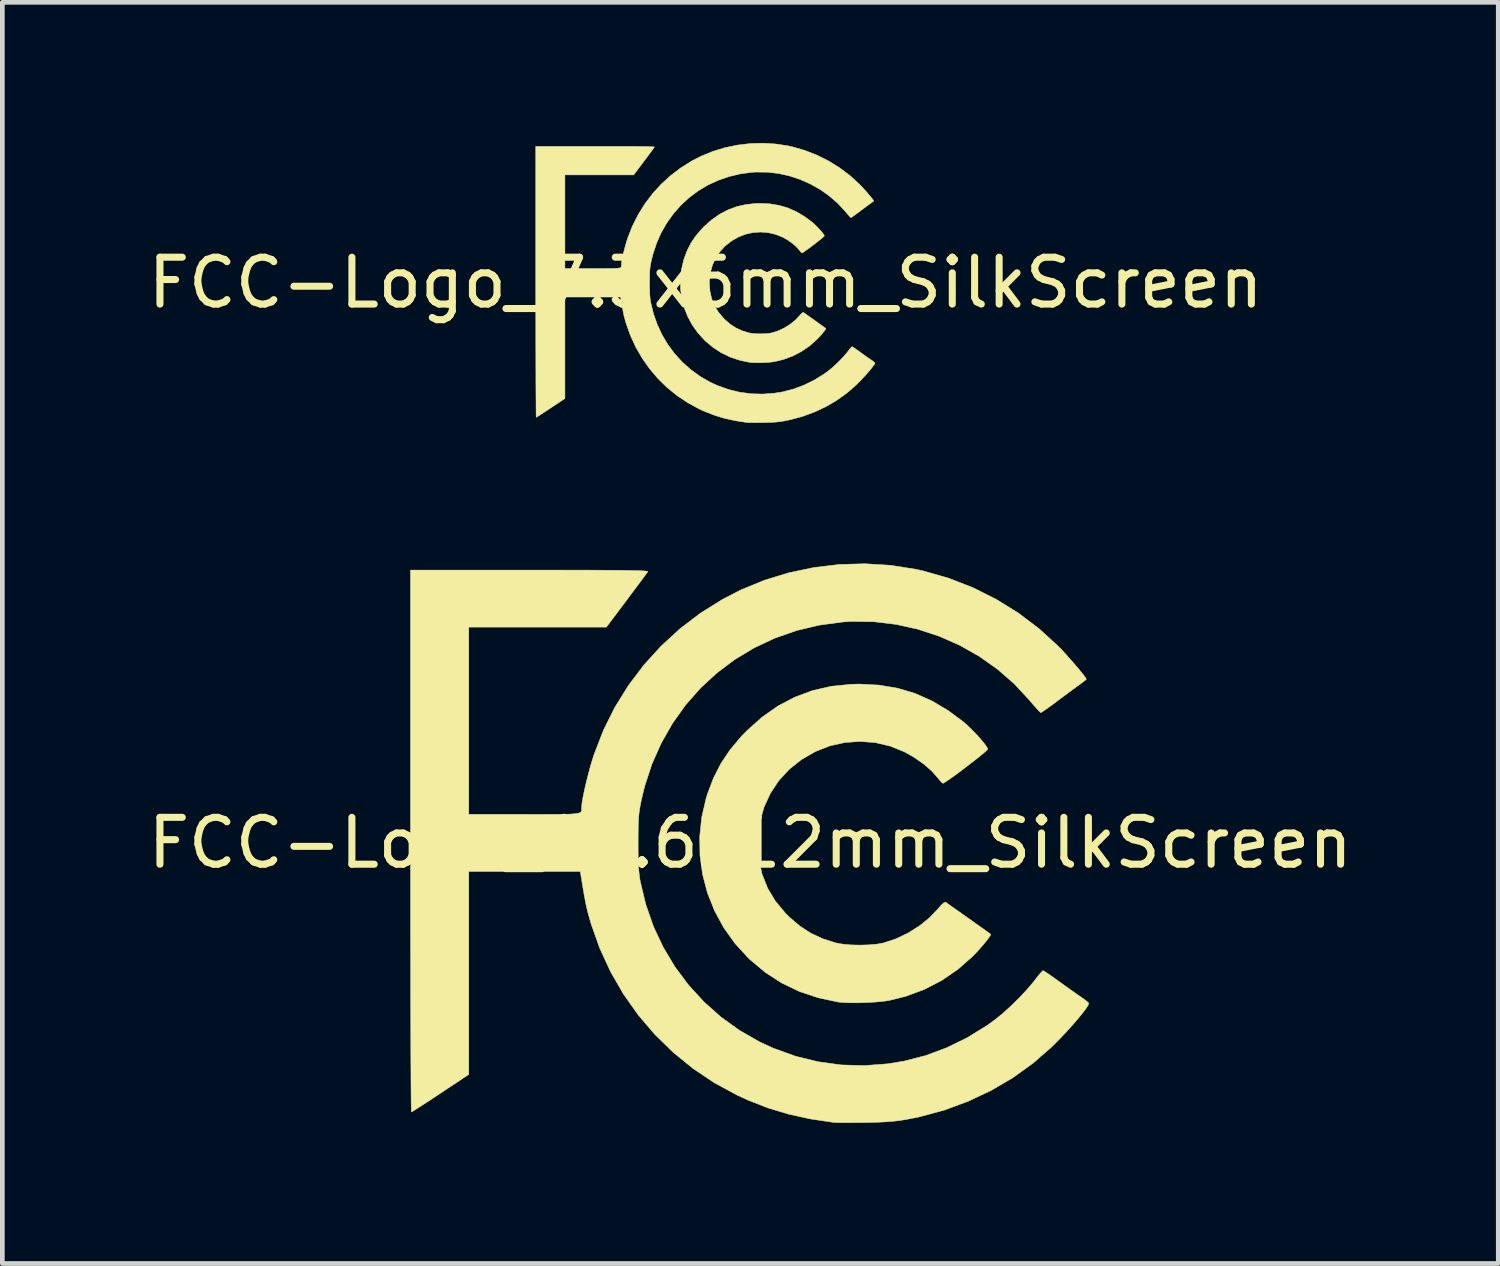
<source format=kicad_pcb>
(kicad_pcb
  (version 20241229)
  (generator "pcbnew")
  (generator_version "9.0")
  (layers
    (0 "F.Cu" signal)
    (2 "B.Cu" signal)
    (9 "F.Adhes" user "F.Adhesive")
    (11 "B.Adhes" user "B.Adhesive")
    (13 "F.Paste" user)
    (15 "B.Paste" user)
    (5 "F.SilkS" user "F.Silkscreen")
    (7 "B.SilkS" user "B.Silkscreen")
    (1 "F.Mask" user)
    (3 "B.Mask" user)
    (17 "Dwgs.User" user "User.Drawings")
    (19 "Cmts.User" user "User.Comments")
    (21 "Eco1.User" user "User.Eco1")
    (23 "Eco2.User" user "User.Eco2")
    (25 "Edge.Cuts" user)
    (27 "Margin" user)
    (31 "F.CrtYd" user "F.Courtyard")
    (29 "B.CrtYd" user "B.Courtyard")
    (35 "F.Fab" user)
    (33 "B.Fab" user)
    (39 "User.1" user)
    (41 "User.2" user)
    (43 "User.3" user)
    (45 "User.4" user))
  (footprint "FCC-Logo_7.3x6mm_SilkScreen"
    (layer "F.Cu")
    (at 12.006 2.983)
    (property "Reference" "FCC-Logo_7.3x6mm_SilkScreen" (at 0 0 0) (layer "F.SilkS") (effects (font (size 1 1) (thickness 0.15))))
    (attr exclude_from_pos_files exclude_from_bom allow_missing_courtyard)
    (fp_poly (pts (xy 1.372 -1.684) (xy 1.569 -1.651) (xy 1.755 -1.596) (xy 1.935 -1.516) (xy 2.11 -1.412) (xy 2.265 -1.298) (xy 2.312 -1.257) (xy 2.362 -1.209) (xy 2.412 -1.158) (xy 2.458 -1.107) (xy 2.496 -1.061) (xy 2.522 -1.024) (xy 2.533 -1.001) (xy 2.533 -1) (xy 2.523 -0.988) (xy 2.495 -0.963) (xy 2.454 -0.928) (xy 2.401 -0.887) (xy 2.343 -0.841) (xy 2.281 -0.794) (xy 2.22 -0.748) (xy 2.163 -0.707) (xy 2.115 -0.672) (xy 2.079 -0.648) (xy 2.058 -0.636) (xy 2.055 -0.635) (xy 2.042 -0.645) (xy 2.019 -0.67) (xy 2.004 -0.69) (xy 1.936 -0.767) (xy 1.848 -0.843) (xy 1.745 -0.915) (xy 1.646 -0.971) (xy 1.494 -1.032) (xy 1.335 -1.069) (xy 1.173 -1.082) (xy 1.01 -1.071) (xy 0.85 -1.035) (xy 0.697 -0.976) (xy 0.695 -0.975) (xy 0.546 -0.888) (xy 0.415 -0.784) (xy 0.304 -0.664) (xy 0.214 -0.529) (xy 0.146 -0.381) (xy 0.102 -0.222) (xy 0.081 -0.054) (xy 0.079 0.004) (xy 0.091 0.175) (xy 0.126 0.335) (xy 0.185 0.483) (xy 0.268 0.622) (xy 0.376 0.751) (xy 0.42 0.795) (xy 0.532 0.89) (xy 0.648 0.964) (xy 0.775 1.023) (xy 0.914 1.067) (xy 0.985 1.08) (xy 1.072 1.088) (xy 1.169 1.09) (xy 1.265 1.087) (xy 1.354 1.079) (xy 1.421 1.067) (xy 1.552 1.024) (xy 1.683 0.961) (xy 1.807 0.883) (xy 1.917 0.794) (xy 1.999 0.707) (xy 2.036 0.665) (xy 2.065 0.639) (xy 2.082 0.632) (xy 2.083 0.632) (xy 2.096 0.641) (xy 2.128 0.663) (xy 2.173 0.695) (xy 2.228 0.734) (xy 2.289 0.777) (xy 2.352 0.822) (xy 2.413 0.866) (xy 2.469 0.906) (xy 2.516 0.939) (xy 2.549 0.962) (xy 2.565 0.974) (xy 2.565 0.974) (xy 2.561 0.987) (xy 2.543 1.015) (xy 2.513 1.053) (xy 2.475 1.099) (xy 2.432 1.147) (xy 2.388 1.194) (xy 2.373 1.209) (xy 2.216 1.349) (xy 2.043 1.467) (xy 1.856 1.564) (xy 1.657 1.637) (xy 1.478 1.681) (xy 1.414 1.691) (xy 1.333 1.698) (xy 1.242 1.703) (xy 1.149 1.706) (xy 1.061 1.706) (xy 0.986 1.703) (xy 0.939 1.698) (xy 0.724 1.653) (xy 0.523 1.585) (xy 0.335 1.495) (xy 0.16 1.381) (xy -0.003 1.245) (xy -0.022 1.227) (xy -0.164 1.072) (xy -0.284 0.903) (xy -0.382 0.723) (xy -0.457 0.534) (xy -0.508 0.338) (xy -0.536 0.136) (xy -0.54 -0.068) (xy -0.518 -0.273) (xy -0.471 -0.476) (xy -0.457 -0.522) (xy -0.392 -0.693) (xy -0.313 -0.848) (xy -0.216 -0.992) (xy -0.098 -1.132) (xy -0.035 -1.198) (xy 0.127 -1.342) (xy 0.296 -1.461) (xy 0.475 -1.555) (xy 0.663 -1.625) (xy 0.862 -1.67) (xy 1.072 -1.692) (xy 1.164 -1.694) (xy 1.372 -1.684)) (stroke (width 0.01) (type solid)) (fill yes) (layer "F.SilkS"))
    (fp_poly (pts (xy 1.496 -2.961) (xy 1.764 -2.92) (xy 1.845 -2.902) (xy 2.114 -2.825) (xy 2.374 -2.723) (xy 2.623 -2.599) (xy 2.86 -2.452) (xy 3.081 -2.285) (xy 3.28 -2.103) (xy 3.323 -2.059) (xy 3.37 -2.008) (xy 3.42 -1.952) (xy 3.468 -1.896) (xy 3.512 -1.844) (xy 3.548 -1.8) (xy 3.574 -1.766) (xy 3.585 -1.748) (xy 3.585 -1.746) (xy 3.575 -1.736) (xy 3.549 -1.716) (xy 3.529 -1.701) (xy 3.499 -1.68) (xy 3.453 -1.646) (xy 3.396 -1.604) (xy 3.333 -1.557) (xy 3.291 -1.525) (xy 3.231 -1.481) (xy 3.178 -1.442) (xy 3.136 -1.412) (xy 3.108 -1.394) (xy 3.099 -1.389) (xy 3.087 -1.399) (xy 3.062 -1.425) (xy 3.028 -1.464) (xy 2.986 -1.513) (xy 2.979 -1.522) (xy 2.817 -1.697) (xy 2.637 -1.853) (xy 2.442 -1.991) (xy 2.233 -2.108) (xy 2.014 -2.205) (xy 1.787 -2.28) (xy 1.553 -2.332) (xy 1.316 -2.359) (xy 1.078 -2.362) (xy 0.985 -2.357) (xy 0.733 -2.322) (xy 0.491 -2.264) (xy 0.26 -2.183) (xy 0.041 -2.081) (xy -0.165 -1.957) (xy -0.356 -1.814) (xy -0.531 -1.652) (xy -0.689 -1.472) (xy -0.829 -1.277) (xy -0.95 -1.066) (xy -1.049 -0.84) (xy -1.127 -0.602) (xy -1.161 -0.464) (xy -1.173 -0.406) (xy -1.182 -0.355) (xy -1.188 -0.306) (xy -1.192 -0.253) (xy -1.195 -0.19) (xy -1.196 -0.113) (xy -1.197 -0.016) (xy -1.197 -0.007) (xy -1.196 0.103) (xy -1.195 0.191) (xy -1.191 0.264) (xy -1.186 0.325) (xy -1.179 0.381) (xy -1.173 0.417) (xy -1.114 0.66) (xy -1.032 0.893) (xy -0.928 1.115) (xy -0.803 1.324) (xy -0.658 1.518) (xy -0.494 1.697) (xy -0.312 1.858) (xy -0.115 2) (xy 0.098 2.122) (xy 0.247 2.191) (xy 0.484 2.276) (xy 0.725 2.335) (xy 0.97 2.368) (xy 1.218 2.375) (xy 1.468 2.356) (xy 1.643 2.328) (xy 1.872 2.268) (xy 2.098 2.184) (xy 2.317 2.077) (xy 2.526 1.947) (xy 2.611 1.886) (xy 2.692 1.82) (xy 2.781 1.739) (xy 2.87 1.652) (xy 2.953 1.564) (xy 3.022 1.482) (xy 3.037 1.463) (xy 3.07 1.419) (xy 3.099 1.385) (xy 3.118 1.366) (xy 3.123 1.363) (xy 3.138 1.37) (xy 3.169 1.39) (xy 3.213 1.421) (xy 3.266 1.458) (xy 3.284 1.472) (xy 3.348 1.518) (xy 3.414 1.565) (xy 3.474 1.607) (xy 3.52 1.639) (xy 3.522 1.64) (xy 3.564 1.67) (xy 3.595 1.694) (xy 3.61 1.71) (xy 3.611 1.712) (xy 3.603 1.734) (xy 3.578 1.771) (xy 3.54 1.821) (xy 3.491 1.881) (xy 3.433 1.947) (xy 3.37 2.017) (xy 3.304 2.087) (xy 3.237 2.155) (xy 3.213 2.179) (xy 3.016 2.351) (xy 2.8 2.506) (xy 2.569 2.642) (xy 2.324 2.757) (xy 2.068 2.851) (xy 1.803 2.923) (xy 1.667 2.95) (xy 1.595 2.962) (xy 1.523 2.97) (xy 1.444 2.976) (xy 1.353 2.98) (xy 1.243 2.983) (xy 1.217 2.983) (xy 1.13 2.984) (xy 1.049 2.985) (xy 0.979 2.984) (xy 0.925 2.983) (xy 0.892 2.982) (xy 0.886 2.982) (xy 0.638 2.944) (xy 0.408 2.894) (xy 0.19 2.828) (xy -0.023 2.745) (xy -0.139 2.692) (xy -0.382 2.56) (xy -0.61 2.407) (xy -0.823 2.235) (xy -1.018 2.044) (xy -1.196 1.835) (xy -1.353 1.612) (xy -1.491 1.374) (xy -1.606 1.124) (xy -1.699 0.863) (xy -1.733 0.741) (xy -1.743 0.701) (xy -1.752 0.66) (xy -1.761 0.613) (xy -1.772 0.555) (xy -1.784 0.482) (xy -1.8 0.39) (xy -1.807 0.347) (xy -1.814 0.304) (xy -3.003 0.304) (xy -3.003 2.47) (xy -3.304 2.67) (xy -3.384 2.723) (xy -3.456 2.77) (xy -3.518 2.811) (xy -3.567 2.842) (xy -3.601 2.863) (xy -3.615 2.871) (xy -3.615 2.871) (xy -3.616 2.858) (xy -3.617 2.819) (xy -3.618 2.757) (xy -3.619 2.672) (xy -3.619 2.565) (xy -3.62 2.438) (xy -3.621 2.291) (xy -3.622 2.126) (xy -3.622 1.945) (xy -3.623 1.748) (xy -3.623 1.536) (xy -3.624 1.311) (xy -3.624 1.074) (xy -3.624 0.826) (xy -3.625 0.568) (xy -3.625 0.302) (xy -3.625 0.029) (xy -3.625 -0.02) (xy -3.625 -2.91) (xy -2.354 -2.91) (xy -2.135 -2.91) (xy -1.941 -2.91) (xy -1.771 -2.91) (xy -1.624 -2.909) (xy -1.498 -2.909) (xy -1.391 -2.908) (xy -1.304 -2.907) (xy -1.233 -2.905) (xy -1.179 -2.904) (xy -1.139 -2.902) (xy -1.112 -2.9) (xy -1.097 -2.897) (xy -1.093 -2.894) (xy -1.093 -2.894) (xy -1.104 -2.879) (xy -1.128 -2.846) (xy -1.163 -2.798) (xy -1.208 -2.738) (xy -1.26 -2.668) (xy -1.318 -2.591) (xy -1.319 -2.59) (xy -1.535 -2.302) (xy -3.003 -2.302) (xy -3.003 -0.304) (xy -2.409 -0.304) (xy -2.266 -0.304) (xy -2.147 -0.304) (xy -2.05 -0.305) (xy -1.973 -0.306) (xy -1.914 -0.308) (xy -1.87 -0.311) (xy -1.838 -0.316) (xy -1.818 -0.322) (xy -1.806 -0.33) (xy -1.8 -0.341) (xy -1.799 -0.354) (xy -1.799 -0.371) (xy -1.799 -0.38) (xy -1.795 -0.423) (xy -1.785 -0.485) (xy -1.769 -0.563) (xy -1.749 -0.65) (xy -1.726 -0.741) (xy -1.701 -0.832) (xy -1.676 -0.916) (xy -1.667 -0.944) (xy -1.567 -1.201) (xy -1.444 -1.447) (xy -1.3 -1.68) (xy -1.135 -1.898) (xy -0.951 -2.101) (xy -0.748 -2.286) (xy -0.53 -2.452) (xy -0.296 -2.599) (xy -0.101 -2.699) (xy 0.15 -2.802) (xy 0.411 -2.882) (xy 0.679 -2.938) (xy 0.951 -2.97) (xy 1.225 -2.978) (xy 1.496 -2.961)) (stroke (width 0.01) (type solid)) (fill yes) (layer "F.SilkS")))
  (footprint "FCC-Logo_14.6x12mm_SilkScreen"
    (layer "F.Cu")
    (at 12.958 14.934)
    (property "Reference" "FCC-Logo_14.6x12mm_SilkScreen" (at 0 0 0) (layer "F.SilkS") (effects (font (size 1 1) (thickness 0.15))))
    (attr exclude_from_pos_files exclude_from_bom allow_missing_courtyard)
    (fp_poly (pts (xy 2.745 -3.367) (xy 3.137 -3.302) (xy 3.511 -3.191) (xy 3.87 -3.033) (xy 4.22 -2.825) (xy 4.529 -2.597) (xy 4.624 -2.515) (xy 4.725 -2.418) (xy 4.825 -2.315) (xy 4.916 -2.213) (xy 4.992 -2.122) (xy 5.045 -2.049) (xy 5.067 -2.002) (xy 5.067 -1.999) (xy 5.047 -1.975) (xy 4.991 -1.926) (xy 4.907 -1.857) (xy 4.803 -1.774) (xy 4.685 -1.682) (xy 4.562 -1.588) (xy 4.44 -1.496) (xy 4.327 -1.413) (xy 4.23 -1.345) (xy 4.157 -1.296) (xy 4.116 -1.272) (xy 4.111 -1.271) (xy 4.083 -1.291) (xy 4.038 -1.341) (xy 4.008 -1.379) (xy 3.872 -1.534) (xy 3.695 -1.687) (xy 3.489 -1.83) (xy 3.291 -1.941) (xy 2.988 -2.064) (xy 2.671 -2.139) (xy 2.346 -2.165) (xy 2.02 -2.142) (xy 1.7 -2.071) (xy 1.393 -1.951) (xy 1.39 -1.95) (xy 1.091 -1.777) (xy 0.83 -1.569) (xy 0.608 -1.328) (xy 0.429 -1.058) (xy 0.293 -0.763) (xy 0.203 -0.445) (xy 0.162 -0.107) (xy 0.159 0.008) (xy 0.182 0.351) (xy 0.252 0.669) (xy 0.37 0.966) (xy 0.536 1.243) (xy 0.752 1.502) (xy 0.841 1.59) (xy 1.064 1.779) (xy 1.296 1.929) (xy 1.55 2.046) (xy 1.829 2.135) (xy 1.969 2.16) (xy 2.144 2.176) (xy 2.337 2.181) (xy 2.531 2.175) (xy 2.708 2.159) (xy 2.841 2.135) (xy 3.105 2.048) (xy 3.367 1.923) (xy 3.614 1.767) (xy 3.834 1.588) (xy 3.998 1.414) (xy 4.072 1.33) (xy 4.129 1.278) (xy 4.164 1.263) (xy 4.166 1.264) (xy 4.193 1.283) (xy 4.255 1.327) (xy 4.345 1.391) (xy 4.455 1.468) (xy 4.577 1.555) (xy 4.704 1.644) (xy 4.827 1.732) (xy 4.938 1.811) (xy 5.031 1.877) (xy 5.097 1.925) (xy 5.129 1.948) (xy 5.13 1.949) (xy 5.122 1.974) (xy 5.085 2.029) (xy 5.025 2.107) (xy 4.949 2.198) (xy 4.864 2.294) (xy 4.776 2.388) (xy 4.746 2.419) (xy 4.431 2.697) (xy 4.085 2.934) (xy 3.712 3.127) (xy 3.314 3.274) (xy 2.957 3.363) (xy 2.828 3.381) (xy 2.666 3.396) (xy 2.484 3.406) (xy 2.298 3.412) (xy 2.123 3.411) (xy 1.973 3.405) (xy 1.879 3.396) (xy 1.449 3.305) (xy 1.046 3.17) (xy 0.671 2.99) (xy 0.32 2.763) (xy -0.007 2.489) (xy -0.044 2.454) (xy -0.327 2.144) (xy -0.568 1.807) (xy -0.763 1.446) (xy -0.914 1.068) (xy -1.017 0.675) (xy -1.073 0.272) (xy -1.079 -0.136) (xy -1.036 -0.546) (xy -0.942 -0.953) (xy -0.914 -1.044) (xy -0.784 -1.386) (xy -0.626 -1.695) (xy -0.432 -1.985) (xy -0.197 -2.265) (xy -0.07 -2.396) (xy 0.253 -2.684) (xy 0.592 -2.922) (xy 0.95 -3.11) (xy 1.327 -3.25) (xy 1.724 -3.341) (xy 2.145 -3.384) (xy 2.328 -3.389) (xy 2.745 -3.367)) (stroke (width 0.01) (type solid)) (fill yes) (layer "F.SilkS"))
    (fp_poly (pts (xy 2.993 -5.923) (xy 3.528 -5.839) (xy 3.691 -5.803) (xy 4.229 -5.649) (xy 4.749 -5.447) (xy 5.247 -5.198) (xy 5.719 -4.905) (xy 6.162 -4.57) (xy 6.561 -4.206) (xy 6.646 -4.119) (xy 6.741 -4.015) (xy 6.84 -3.904) (xy 6.937 -3.793) (xy 7.024 -3.689) (xy 7.097 -3.6) (xy 7.147 -3.533) (xy 7.169 -3.496) (xy 7.17 -3.493) (xy 7.149 -3.471) (xy 7.098 -3.431) (xy 7.057 -3.401) (xy 6.998 -3.359) (xy 6.907 -3.292) (xy 6.793 -3.208) (xy 6.666 -3.114) (xy 6.582 -3.051) (xy 6.462 -2.961) (xy 6.356 -2.884) (xy 6.272 -2.825) (xy 6.217 -2.788) (xy 6.199 -2.778) (xy 6.175 -2.797) (xy 6.125 -2.85) (xy 6.055 -2.929) (xy 5.973 -3.025) (xy 5.957 -3.044) (xy 5.633 -3.393) (xy 5.274 -3.706) (xy 4.883 -3.982) (xy 4.467 -4.217) (xy 4.028 -4.41) (xy 3.573 -4.56) (xy 3.106 -4.663) (xy 2.632 -4.719) (xy 2.155 -4.725) (xy 1.97 -4.713) (xy 1.466 -4.645) (xy 0.982 -4.529) (xy 0.52 -4.367) (xy 0.082 -4.161) (xy -0.329 -3.914) (xy -0.711 -3.627) (xy -1.062 -3.304) (xy -1.378 -2.945) (xy -1.658 -2.553) (xy -1.899 -2.131) (xy -2.099 -1.68) (xy -2.255 -1.203) (xy -2.321 -0.928) (xy -2.345 -0.811) (xy -2.363 -0.709) (xy -2.376 -0.611) (xy -2.384 -0.505) (xy -2.39 -0.381) (xy -2.392 -0.227) (xy -2.393 -0.032) (xy -2.393 -0.013) (xy -2.393 0.206) (xy -2.389 0.383) (xy -2.383 0.527) (xy -2.372 0.65) (xy -2.358 0.762) (xy -2.345 0.833) (xy -2.228 1.319) (xy -2.065 1.786) (xy -1.856 2.229) (xy -1.606 2.647) (xy -1.315 3.036) (xy -0.987 3.394) (xy -0.625 3.716) (xy -0.23 4) (xy 0.195 4.244) (xy 0.494 4.381) (xy 0.967 4.552) (xy 1.45 4.67) (xy 1.94 4.737) (xy 2.436 4.751) (xy 2.937 4.713) (xy 3.285 4.655) (xy 3.744 4.537) (xy 4.196 4.368) (xy 4.635 4.153) (xy 5.053 3.894) (xy 5.221 3.773) (xy 5.385 3.64) (xy 5.562 3.479) (xy 5.741 3.303) (xy 5.906 3.127) (xy 6.044 2.964) (xy 6.073 2.925) (xy 6.141 2.839) (xy 6.198 2.771) (xy 6.236 2.732) (xy 6.247 2.725) (xy 6.275 2.74) (xy 6.338 2.781) (xy 6.426 2.842) (xy 6.532 2.917) (xy 6.568 2.943) (xy 6.697 3.036) (xy 6.828 3.13) (xy 6.947 3.214) (xy 7.04 3.278) (xy 7.045 3.281) (xy 7.127 3.339) (xy 7.189 3.388) (xy 7.221 3.42) (xy 7.222 3.424) (xy 7.205 3.468) (xy 7.156 3.543) (xy 7.08 3.643) (xy 6.982 3.762) (xy 6.867 3.895) (xy 6.741 4.034) (xy 6.608 4.175) (xy 6.474 4.31) (xy 6.426 4.357) (xy 6.031 4.702) (xy 5.6 5.012) (xy 5.137 5.283) (xy 4.647 5.514) (xy 4.136 5.703) (xy 3.606 5.846) (xy 3.334 5.9) (xy 3.19 5.923) (xy 3.046 5.94) (xy 2.889 5.952) (xy 2.707 5.961) (xy 2.487 5.966) (xy 2.434 5.967) (xy 2.26 5.968) (xy 2.098 5.969) (xy 1.959 5.969) (xy 1.851 5.967) (xy 1.783 5.964) (xy 1.773 5.963) (xy 1.277 5.889) (xy 0.816 5.787) (xy 0.38 5.656) (xy -0.045 5.49) (xy -0.278 5.383) (xy -0.764 5.12) (xy -1.22 4.815) (xy -1.645 4.469) (xy -2.036 4.087) (xy -2.391 3.671) (xy -2.707 3.224) (xy -2.981 2.749) (xy -3.212 2.248) (xy -3.397 1.726) (xy -3.466 1.482) (xy -3.485 1.403) (xy -3.504 1.321) (xy -3.522 1.226) (xy -3.544 1.111) (xy -3.569 0.965) (xy -3.599 0.779) (xy -3.613 0.695) (xy -3.627 0.609) (xy -6.006 0.609) (xy -6.006 4.94) (xy -6.609 5.341) (xy -6.767 5.446) (xy -6.912 5.541) (xy -7.036 5.621) (xy -7.135 5.684) (xy -7.201 5.726) (xy -7.23 5.741) (xy -7.23 5.741) (xy -7.232 5.715) (xy -7.234 5.639) (xy -7.236 5.514) (xy -7.237 5.344) (xy -7.239 5.13) (xy -7.24 4.875) (xy -7.242 4.582) (xy -7.243 4.253) (xy -7.244 3.889) (xy -7.246 3.495) (xy -7.247 3.072) (xy -7.247 2.622) (xy -7.248 2.147) (xy -7.249 1.652) (xy -7.249 1.136) (xy -7.249 0.604) (xy -7.25 0.057) (xy -7.25 -0.04) (xy -7.25 -5.821) (xy -4.708 -5.821) (xy -4.27 -5.821) (xy -3.883 -5.82) (xy -3.543 -5.82) (xy -3.248 -5.819) (xy -2.996 -5.817) (xy -2.783 -5.815) (xy -2.607 -5.813) (xy -2.466 -5.81) (xy -2.357 -5.807) (xy -2.277 -5.803) (xy -2.224 -5.799) (xy -2.194 -5.794) (xy -2.186 -5.788) (xy -2.186 -5.788) (xy -2.207 -5.759) (xy -2.255 -5.693) (xy -2.326 -5.597) (xy -2.416 -5.476) (xy -2.521 -5.336) (xy -2.635 -5.183) (xy -2.638 -5.179) (xy -3.07 -4.604) (xy -6.006 -4.604) (xy -6.006 -0.609) (xy -4.818 -0.609) (xy -4.532 -0.608) (xy -4.295 -0.609) (xy -4.101 -0.609) (xy -3.947 -0.611) (xy -3.828 -0.615) (xy -3.739 -0.622) (xy -3.677 -0.631) (xy -3.636 -0.644) (xy -3.612 -0.661) (xy -3.601 -0.682) (xy -3.597 -0.709) (xy -3.598 -0.741) (xy -3.598 -0.76) (xy -3.591 -0.845) (xy -3.57 -0.971) (xy -3.538 -1.126) (xy -3.498 -1.3) (xy -3.452 -1.483) (xy -3.402 -1.664) (xy -3.351 -1.832) (xy -3.333 -1.887) (xy -3.134 -2.402) (xy -2.889 -2.893) (xy -2.6 -3.359) (xy -2.27 -3.796) (xy -1.901 -4.201) (xy -1.497 -4.572) (xy -1.059 -4.905) (xy -0.591 -5.197) (xy -0.203 -5.397) (xy 0.301 -5.604) (xy 0.823 -5.764) (xy 1.359 -5.876) (xy 1.903 -5.941) (xy 2.449 -5.956) (xy 2.993 -5.923)) (stroke (width 0.01) (type solid)) (fill yes) (layer "F.SilkS")))
  (gr_rect
    (start -3 -3)
    (end 28.917 23.908)
    (stroke (width 0.1) (type default))
    (fill no)
    (layer "Edge.Cuts")))
</source>
